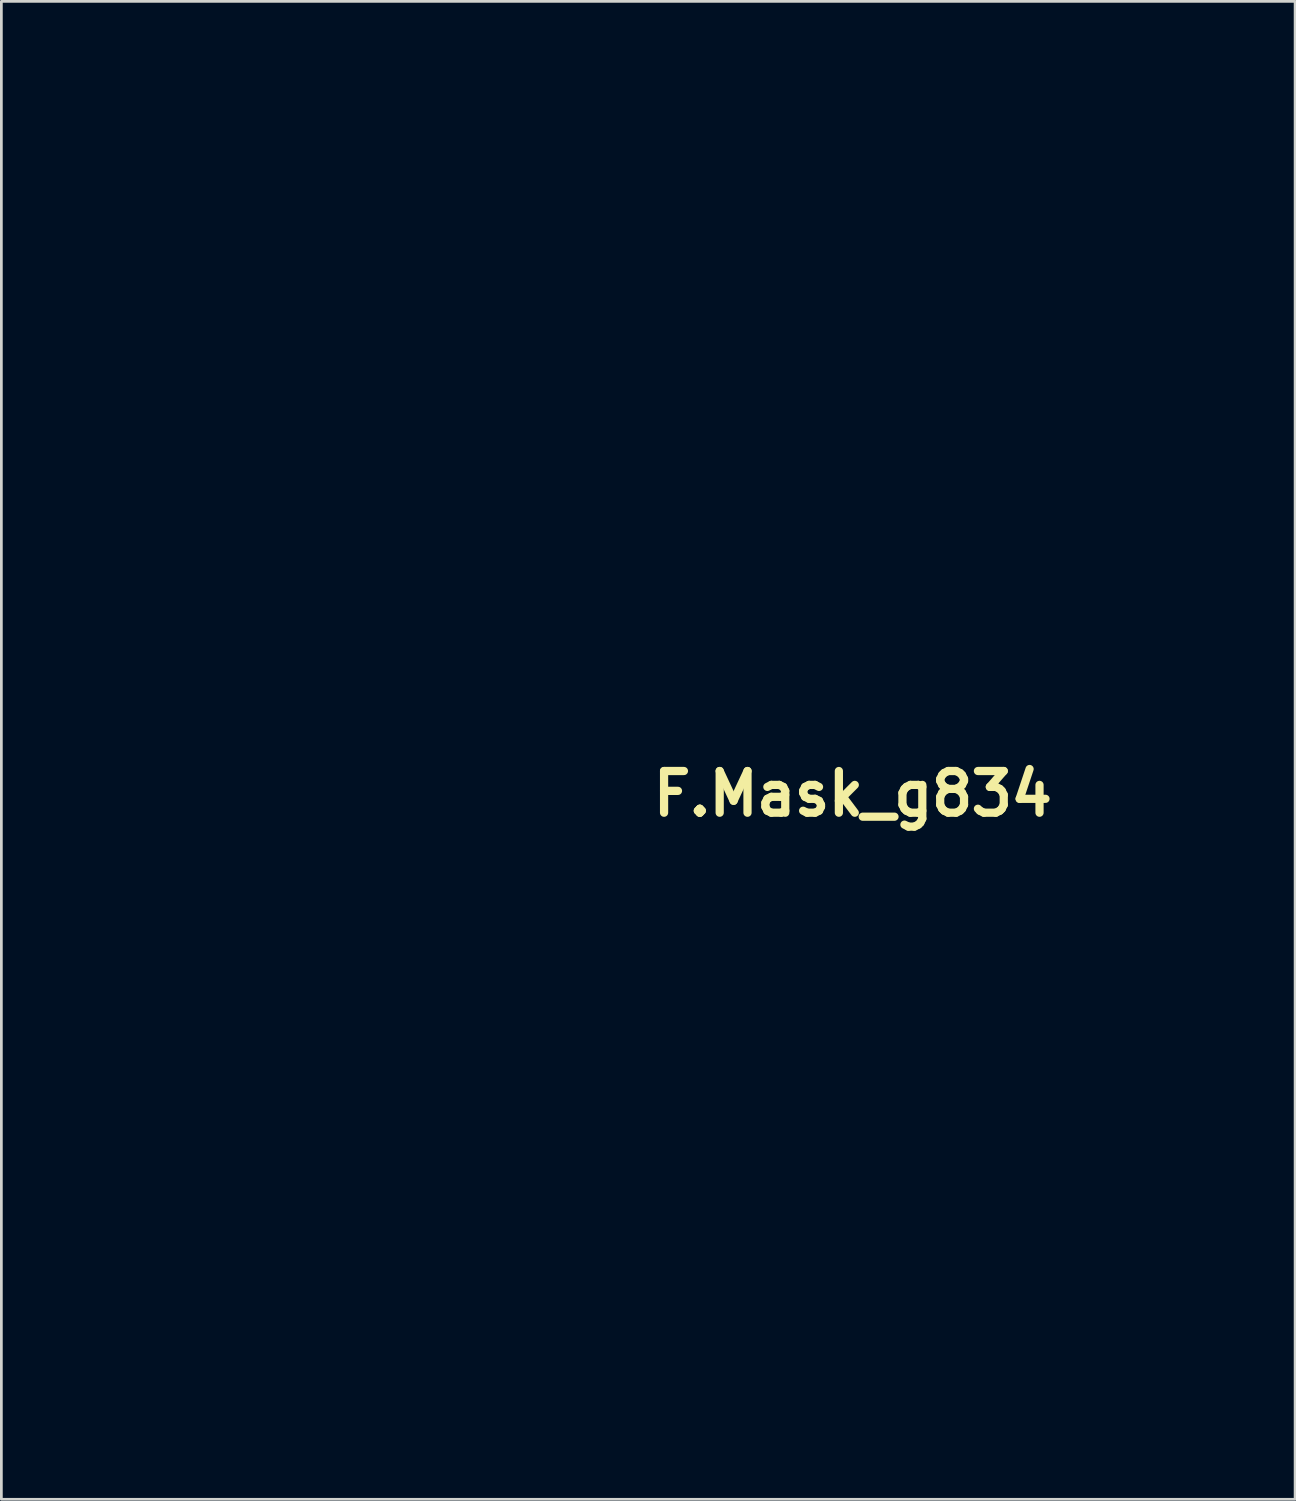
<source format=kicad_pcb>
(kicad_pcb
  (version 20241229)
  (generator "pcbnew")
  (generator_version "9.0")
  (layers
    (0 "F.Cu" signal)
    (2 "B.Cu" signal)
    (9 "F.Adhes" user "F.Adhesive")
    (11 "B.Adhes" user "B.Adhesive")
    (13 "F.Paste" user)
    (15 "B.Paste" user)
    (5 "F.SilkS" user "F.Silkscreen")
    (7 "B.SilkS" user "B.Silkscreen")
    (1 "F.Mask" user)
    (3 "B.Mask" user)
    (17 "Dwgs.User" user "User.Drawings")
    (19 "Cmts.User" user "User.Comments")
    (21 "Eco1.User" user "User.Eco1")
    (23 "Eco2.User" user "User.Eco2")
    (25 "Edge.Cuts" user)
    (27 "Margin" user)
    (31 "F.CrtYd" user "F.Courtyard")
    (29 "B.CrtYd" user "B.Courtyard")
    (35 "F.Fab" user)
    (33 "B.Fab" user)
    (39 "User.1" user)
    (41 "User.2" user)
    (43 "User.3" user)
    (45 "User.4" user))
  (footprint "F.Mask_g834"
    (layer "F.Cu")
    (at 28.104 25.951)
    (property "Reference" "F.Mask_g834" (at 0 0 0) (layer "F.SilkS") (effects (font (size 1.524 1.524) (thickness 0.3))))
    (attr through_hole)
    (fp_poly (pts (xy -17.107 6.261) (xy -18.91 6.261) (xy -18.91 2.743) (xy -17.107 2.743) (xy -17.107 6.261)) (stroke (width 0.01) (type solid)) (fill yes) (layer "F.Mask"))
    (fp_poly (pts (xy -12.065 -4.267) (xy -13.881 -4.267) (xy -13.875 -7.779) (xy -12.065 -7.785) (xy -12.065 -4.267)) (stroke (width 0.01) (type solid)) (fill yes) (layer "F.Mask"))
    (fp_poly (pts (xy -12.065 6.261) (xy -13.881 6.261) (xy -13.875 2.75) (xy -12.065 2.743) (xy -12.065 6.261)) (stroke (width 0.01) (type solid)) (fill yes) (layer "F.Mask"))
    (fp_poly (pts (xy -4.508 -4.267) (xy -6.325 -4.267) (xy -6.318 -7.779) (xy -4.508 -7.785) (xy -4.508 -4.267)) (stroke (width 0.01) (type solid)) (fill yes) (layer "F.Mask"))
    (fp_poly (pts (xy -14.586 -7.779) (xy -14.583 -6.023) (xy -14.58 -4.267) (xy -16.396 -4.267) (xy -16.396 -7.785) (xy -14.586 -7.779)) (stroke (width 0.01) (type solid)) (fill yes) (layer "F.Mask"))
    (fp_poly (pts (xy -14.586 2.75) (xy -14.583 4.505) (xy -14.58 6.261) (xy -16.396 6.261) (xy -16.396 2.743) (xy -14.586 2.75)) (stroke (width 0.01) (type solid)) (fill yes) (layer "F.Mask"))
    (fp_poly (pts (xy -7.029 -7.779) (xy -7.026 -6.023) (xy -7.023 -4.267) (xy -8.839 -4.267) (xy -8.839 -7.785) (xy -7.029 -7.779)) (stroke (width 0.01) (type solid)) (fill yes) (layer "F.Mask"))
    (fp_poly (pts (xy -1.363 -25.946) (xy -1.01 -25.946) (xy -0.681 -25.946) (xy -0.376 -25.946) (xy -0.092 -25.946) (xy 0.171 -25.946) (xy 0.413 -25.945) (xy 0.636 -25.945) (xy 0.84 -25.945) (xy 1.027 -25.945) (xy 1.196 -25.944) (xy 1.349 -25.944) (xy 1.487 -25.943) (xy 1.61 -25.943) (xy 1.72 -25.942) (xy 1.817 -25.941) (xy 1.902 -25.94) (xy 1.976 -25.939) (xy 2.04 -25.938) (xy 2.094 -25.937) (xy 2.14 -25.936) (xy 2.178 -25.935) (xy 2.209 -25.933) (xy 2.234 -25.932) (xy 2.254 -25.93) (xy 2.269 -25.928) (xy 2.281 -25.926) (xy 2.283 -25.926) (xy 2.433 -25.882) (xy 2.572 -25.817) (xy 2.7 -25.732) (xy 2.812 -25.629) (xy 2.908 -25.51) (xy 2.986 -25.378) (xy 3.043 -25.234) (xy 3.066 -25.143) (xy 3.067 -25.134) (xy 3.069 -25.122) (xy 3.07 -25.106) (xy 3.072 -25.086) (xy 3.073 -25.06) (xy 3.074 -25.028) (xy 3.075 -24.99) (xy 3.076 -24.945) (xy 3.077 -24.892) (xy 3.078 -24.831) (xy 3.079 -24.761) (xy 3.079 -24.681) (xy 3.08 -24.59) (xy 3.081 -24.489) (xy 3.081 -24.376) (xy 3.082 -24.251) (xy 3.083 -24.112) (xy 3.083 -23.96) (xy 3.083 -23.794) (xy 3.084 -23.613) (xy 3.084 -23.417) (xy 3.085 -23.204) (xy 3.085 -22.974) (xy 3.085 -22.727) (xy 3.085 -22.462) (xy 3.085 -22.178) (xy 3.086 -21.874) (xy 3.086 -21.55) (xy 3.086 -21.206) (xy 3.086 -20.84) (xy 3.086 -20.452) (xy 3.086 -20.042) (xy 3.086 -19.608) (xy 3.086 -19.15) (xy 3.086 -18.668) (xy 3.086 -18.58) (xy 3.086 -18.093) (xy 3.086 -17.631) (xy 3.086 -17.193) (xy 3.086 -16.779) (xy 3.086 -16.387) (xy 3.086 -16.017) (xy 3.086 -15.669) (xy 3.086 -15.342) (xy 3.085 -15.035) (xy 3.085 -14.747) (xy 3.085 -14.479) (xy 3.085 -14.228) (xy 3.085 -13.996) (xy 3.084 -13.78) (xy 3.084 -13.581) (xy 3.084 -13.397) (xy 3.083 -13.228) (xy 3.083 -13.074) (xy 3.082 -12.933) (xy 3.082 -12.805) (xy 3.081 -12.69) (xy 3.08 -12.587) (xy 3.08 -12.495) (xy 3.079 -12.413) (xy 3.078 -12.341) (xy 3.077 -12.278) (xy 3.076 -12.224) (xy 3.075 -12.177) (xy 3.074 -12.138) (xy 3.073 -12.105) (xy 3.072 -12.079) (xy 3.07 -12.057) (xy 3.069 -12.04) (xy 3.068 -12.028) (xy 3.066 -12.018) (xy 3.066 -12.017) (xy 3.023 -11.867) (xy 2.957 -11.728) (xy 2.872 -11.601) (xy 2.769 -11.488) (xy 2.65 -11.392) (xy 2.518 -11.314) (xy 2.374 -11.258) (xy 2.283 -11.234) (xy 2.272 -11.232) (xy 2.258 -11.231) (xy 2.239 -11.229) (xy 2.216 -11.227) (xy 2.187 -11.226) (xy 2.151 -11.225) (xy 2.107 -11.223) (xy 2.055 -11.222) (xy 1.994 -11.221) (xy 1.923 -11.22) (xy 1.841 -11.219) (xy 1.748 -11.219) (xy 1.642 -11.218) (xy 1.522 -11.217) (xy 1.388 -11.217) (xy 1.24 -11.216) (xy 1.075 -11.216) (xy 0.894 -11.216) (xy 0.695 -11.215) (xy 0.477 -11.215) (xy 0.24 -11.215) (xy -0.016 -11.215) (xy -0.294 -11.215) (xy -0.594 -11.215) (xy -0.916 -11.215) (xy -1.261 -11.215) (xy -1.631 -11.215) (xy -1.749 -11.215) (xy -2.128 -11.215) (xy -2.483 -11.215) (xy -2.814 -11.216) (xy -3.122 -11.216) (xy -3.408 -11.216) (xy -3.673 -11.216) (xy -3.917 -11.216) (xy -4.142 -11.217) (xy -4.347 -11.217) (xy -4.535 -11.218) (xy -4.706 -11.218) (xy -4.86 -11.219) (xy -4.999 -11.219) (xy -5.123 -11.22) (xy -5.234 -11.221) (xy -5.331 -11.221) (xy -5.416 -11.222) (xy -5.49 -11.223) (xy -5.553 -11.224) (xy -5.606 -11.225) (xy -5.651 -11.227) (xy -5.687 -11.228) (xy -5.716 -11.229) (xy -5.739 -11.231) (xy -5.756 -11.233) (xy -5.769 -11.235) (xy -5.772 -11.235) (xy -5.921 -11.28) (xy -6.059 -11.346) (xy -6.185 -11.433) (xy -6.297 -11.537) (xy -6.392 -11.657) (xy -6.469 -11.792) (xy -6.526 -11.938) (xy -6.541 -11.994) (xy -6.543 -12.002) (xy -6.545 -12.01) (xy -6.546 -12.02) (xy -6.548 -12.033) (xy -6.549 -12.047) (xy -6.551 -12.065) (xy -6.552 -12.087) (xy -6.553 -12.114) (xy -6.554 -12.146) (xy -6.556 -12.184) (xy -6.557 -12.228) (xy -6.557 -12.28) (xy -6.558 -12.34) (xy -6.559 -12.408) (xy -6.56 -12.485) (xy -6.561 -12.573) (xy -6.561 -12.671) (xy -6.562 -12.78) (xy -6.562 -12.901) (xy -6.563 -13.035) (xy -6.563 -13.182) (xy -6.564 -13.342) (xy -6.564 -13.518) (xy -6.564 -13.708) (xy -6.565 -13.914) (xy -6.565 -14.137) (xy -6.565 -14.377) (xy -6.565 -14.635) (xy -6.565 -14.911) (xy -6.565 -15.207) (xy -6.566 -15.522) (xy -6.566 -15.858) (xy -6.566 -16.214) (xy -6.566 -16.593) (xy -6.566 -16.994) (xy -6.566 -17.418) (xy -6.566 -17.866) (xy -6.566 -18.338) (xy -6.566 -18.58) (xy -6.566 -19.065) (xy -6.566 -19.524) (xy -6.566 -19.96) (xy -6.566 -20.372) (xy -6.566 -20.762) (xy -6.566 -21.129) (xy -6.566 -21.475) (xy -6.565 -21.801) (xy -6.565 -22.106) (xy -6.565 -22.391) (xy -6.565 -22.658) (xy -6.565 -22.907) (xy -6.565 -23.138) (xy -6.564 -23.352) (xy -6.564 -23.551) (xy -6.564 -23.733) (xy -6.563 -23.901) (xy -6.563 -24.055) (xy -6.563 -24.195) (xy -6.562 -24.322) (xy -6.562 -24.437) (xy -6.561 -24.54) (xy -6.56 -24.633) (xy -6.56 -24.715) (xy -6.559 -24.788) (xy -6.558 -24.852) (xy -6.557 -24.908) (xy -6.556 -24.956) (xy -6.555 -24.997) (xy -6.554 -25.031) (xy -6.553 -25.061) (xy -6.551 -25.085) (xy -6.55 -25.105) (xy -6.549 -25.121) (xy -6.547 -25.134) (xy -6.545 -25.145) (xy -6.544 -25.154) (xy -6.542 -25.163) (xy -6.541 -25.166) (xy -6.492 -25.317) (xy -6.422 -25.456) (xy -6.333 -25.582) (xy -6.227 -25.692) (xy -6.105 -25.785) (xy -5.97 -25.859) (xy -5.824 -25.912) (xy -5.763 -25.926) (xy -5.752 -25.928) (xy -5.738 -25.93) (xy -5.719 -25.931) (xy -5.695 -25.933) (xy -5.666 -25.934) (xy -5.629 -25.936) (xy -5.585 -25.937) (xy -5.533 -25.938) (xy -5.472 -25.939) (xy -5.4 -25.94) (xy -5.318 -25.941) (xy -5.223 -25.942) (xy -5.116 -25.942) (xy -4.996 -25.943) (xy -4.862 -25.944) (xy -4.712 -25.944) (xy -4.546 -25.945) (xy -4.364 -25.945) (xy -4.163 -25.945) (xy -3.945 -25.945) (xy -3.707 -25.946) (xy -3.449 -25.946) (xy -3.17 -25.946) (xy -2.869 -25.946) (xy -2.545 -25.946) (xy -2.198 -25.946) (xy -1.826 -25.946) (xy -1.74 -25.946) (xy -1.363 -25.946)) (stroke (width 0.01) (type solid)) (fill yes) (layer "F.Mask"))
    (fp_poly (pts (xy -1.836 11.005) (xy -1.713 11.007) (xy -1.601 11.01) (xy -1.505 11.014) (xy -1.429 11.02) (xy -1.422 11.021) (xy -1.034 11.073) (xy -0.663 11.144) (xy -0.306 11.233) (xy 0.04 11.341) (xy 0.375 11.469) (xy 0.703 11.618) (xy 1.025 11.788) (xy 1.168 11.872) (xy 1.457 12.055) (xy 1.728 12.249) (xy 1.987 12.459) (xy 2.24 12.687) (xy 2.329 12.774) (xy 2.58 13.034) (xy 2.81 13.299) (xy 3.021 13.573) (xy 3.216 13.859) (xy 3.398 14.161) (xy 3.57 14.483) (xy 3.581 14.505) (xy 3.752 14.875) (xy 3.898 15.252) (xy 4.022 15.636) (xy 4.121 16.024) (xy 4.196 16.416) (xy 4.247 16.812) (xy 4.275 17.209) (xy 4.278 17.606) (xy 4.257 18.003) (xy 4.213 18.398) (xy 4.144 18.79) (xy 4.05 19.179) (xy 3.933 19.562) (xy 3.815 19.88) (xy 3.788 19.947) (xy 3.764 20.005) (xy 3.745 20.051) (xy 3.733 20.08) (xy 3.728 20.088) (xy 3.715 20.086) (xy 3.684 20.074) (xy 3.64 20.057) (xy 3.603 20.041) (xy 3.483 19.988) (xy 3.544 19.844) (xy 3.665 19.53) (xy 3.771 19.198) (xy 3.859 18.851) (xy 3.93 18.491) (xy 3.983 18.121) (xy 3.984 18.117) (xy 3.992 18.028) (xy 3.998 17.92) (xy 4.003 17.795) (xy 4.006 17.659) (xy 4.007 17.517) (xy 4.007 17.373) (xy 4.005 17.232) (xy 4.002 17.099) (xy 3.996 16.978) (xy 3.99 16.874) (xy 3.984 16.817) (xy 3.925 16.404) (xy 3.842 16.002) (xy 3.737 15.61) (xy 3.609 15.228) (xy 3.457 14.858) (xy 3.283 14.498) (xy 3.086 14.149) (xy 2.932 13.909) (xy 2.707 13.594) (xy 2.463 13.297) (xy 2.202 13.017) (xy 1.925 12.755) (xy 1.633 12.512) (xy 1.327 12.288) (xy 1.008 12.085) (xy 0.677 11.903) (xy 0.335 11.742) (xy -0.017 11.603) (xy -0.378 11.488) (xy -0.747 11.396) (xy -0.826 11.38) (xy -1.209 11.316) (xy -1.595 11.277) (xy -1.981 11.263) (xy -2.367 11.273) (xy -2.75 11.309) (xy -2.762 11.31) (xy -3.145 11.372) (xy -3.524 11.459) (xy -3.897 11.569) (xy -4.262 11.703) (xy -4.618 11.86) (xy -4.964 12.04) (xy -5.297 12.241) (xy -5.314 12.252) (xy -5.62 12.467) (xy -5.913 12.703) (xy -6.191 12.958) (xy -6.452 13.231) (xy -6.694 13.52) (xy -6.811 13.676) (xy -6.986 13.932) (xy -7.15 14.206) (xy -7.302 14.493) (xy -7.437 14.786) (xy -7.553 15.08) (xy -7.597 15.208) (xy -7.698 15.555) (xy -7.777 15.911) (xy -7.832 16.274) (xy -7.864 16.641) (xy -7.873 17.009) (xy -7.859 17.377) (xy -7.82 17.741) (xy -7.804 17.851) (xy -7.731 18.226) (xy -7.634 18.594) (xy -7.514 18.952) (xy -7.369 19.301) (xy -7.202 19.641) (xy -7.011 19.971) (xy -6.798 20.29) (xy -6.611 20.536) (xy -6.546 20.614) (xy -6.465 20.704) (xy -6.373 20.803) (xy -6.272 20.906) (xy -6.169 21.009) (xy -6.065 21.109) (xy -5.966 21.201) (xy -5.876 21.281) (xy -5.804 21.341) (xy -5.613 21.486) (xy -5.409 21.627) (xy -5.198 21.76) (xy -4.99 21.88) (xy -4.863 21.946) (xy -4.536 22.096) (xy -4.201 22.223) (xy -3.86 22.326) (xy -3.514 22.405) (xy -3.165 22.46) (xy -2.813 22.493) (xy -2.46 22.502) (xy -2.107 22.487) (xy -1.756 22.45) (xy -1.407 22.389) (xy -1.063 22.306) (xy -0.723 22.199) (xy -0.39 22.07) (xy -0.065 21.918) (xy 0.251 21.744) (xy 0.517 21.575) (xy 0.701 21.444) (xy 0.875 21.307) (xy 1.045 21.16) (xy 1.218 20.995) (xy 1.258 20.956) (xy 1.465 20.738) (xy 1.651 20.52) (xy 1.819 20.297) (xy 1.973 20.065) (xy 2.115 19.817) (xy 2.197 19.659) (xy 2.344 19.338) (xy 2.467 19.01) (xy 2.565 18.675) (xy 2.639 18.333) (xy 2.689 17.987) (xy 2.714 17.637) (xy 2.714 17.284) (xy 2.689 16.929) (xy 2.667 16.751) (xy 2.607 16.407) (xy 2.523 16.069) (xy 2.417 15.741) (xy 2.29 15.421) (xy 2.142 15.113) (xy 1.973 14.816) (xy 1.786 14.533) (xy 1.579 14.264) (xy 1.356 14.011) (xy 1.115 13.774) (xy 0.858 13.556) (xy 0.585 13.356) (xy 0.393 13.233) (xy 0.105 13.071) (xy -0.189 12.932) (xy -0.49 12.815) (xy -0.801 12.72) (xy -1.124 12.645) (xy -1.461 12.589) (xy -1.511 12.583) (xy -1.586 12.576) (xy -1.681 12.571) (xy -1.791 12.568) (xy -1.912 12.566) (xy -2.038 12.566) (xy -2.163 12.568) (xy -2.284 12.572) (xy -2.395 12.577) (xy -2.491 12.583) (xy -2.559 12.59) (xy -2.91 12.647) (xy -3.25 12.727) (xy -3.579 12.829) (xy -3.897 12.953) (xy -4.202 13.099) (xy -4.495 13.267) (xy -4.774 13.455) (xy -5.039 13.665) (xy -5.289 13.895) (xy -5.361 13.967) (xy -5.584 14.215) (xy -5.785 14.477) (xy -5.965 14.75) (xy -6.122 15.036) (xy -6.257 15.334) (xy -6.369 15.643) (xy -6.458 15.964) (xy -6.525 16.296) (xy -6.549 16.453) (xy -6.557 16.533) (xy -6.563 16.633) (xy -6.568 16.747) (xy -6.571 16.869) (xy -6.572 16.995) (xy -6.571 17.118) (xy -6.568 17.232) (xy -6.563 17.333) (xy -6.556 17.414) (xy -6.555 17.418) (xy -6.504 17.755) (xy -6.43 18.082) (xy -6.334 18.398) (xy -6.217 18.703) (xy -6.079 18.995) (xy -5.921 19.274) (xy -5.744 19.539) (xy -5.547 19.788) (xy -5.331 20.022) (xy -5.096 20.238) (xy -4.844 20.437) (xy -4.816 20.458) (xy -4.55 20.633) (xy -4.275 20.784) (xy -3.99 20.913) (xy -3.698 21.019) (xy -3.4 21.101) (xy -3.097 21.159) (xy -2.79 21.194) (xy -2.48 21.205) (xy -2.169 21.192) (xy -1.859 21.155) (xy -1.549 21.093) (xy -1.242 21.007) (xy -1.067 20.946) (xy -0.781 20.827) (xy -0.509 20.687) (xy -0.25 20.528) (xy -0.006 20.351) (xy 0.222 20.156) (xy 0.434 19.945) (xy 0.628 19.719) (xy 0.802 19.479) (xy 0.957 19.227) (xy 1.092 18.963) (xy 1.204 18.688) (xy 1.293 18.403) (xy 1.303 18.365) (xy 1.367 18.067) (xy 1.406 17.767) (xy 1.42 17.466) (xy 1.41 17.166) (xy 1.376 16.869) (xy 1.318 16.576) (xy 1.236 16.288) (xy 1.132 16.007) (xy 1.004 15.734) (xy 0.853 15.47) (xy 0.681 15.217) (xy 0.66 15.189) (xy 0.479 14.971) (xy 0.28 14.769) (xy 0.064 14.585) (xy -0.166 14.418) (xy -0.409 14.271) (xy -0.663 14.145) (xy -0.926 14.04) (xy -1.195 13.959) (xy -1.403 13.913) (xy -1.689 13.873) (xy -1.975 13.857) (xy -2.259 13.866) (xy -2.54 13.897) (xy -2.817 13.952) (xy -3.087 14.029) (xy -3.35 14.127) (xy -3.603 14.248) (xy -3.845 14.389) (xy -4.074 14.551) (xy -4.289 14.732) (xy -4.381 14.821) (xy -4.57 15.027) (xy -4.737 15.247) (xy -4.884 15.48) (xy -5.009 15.725) (xy -5.111 15.98) (xy -5.19 16.244) (xy -5.246 16.515) (xy -5.251 16.549) (xy -5.277 16.813) (xy -5.278 17.08) (xy -5.257 17.347) (xy -5.212 17.611) (xy -5.145 17.871) (xy -5.056 18.123) (xy -4.946 18.366) (xy -4.815 18.598) (xy -4.665 18.815) (xy -4.658 18.823) (xy -4.486 19.027) (xy -4.297 19.211) (xy -4.094 19.376) (xy -3.878 19.52) (xy -3.65 19.643) (xy -3.412 19.744) (xy -3.164 19.822) (xy -2.908 19.876) (xy -2.863 19.883) (xy -2.759 19.895) (xy -2.64 19.902) (xy -2.511 19.905) (xy -2.381 19.904) (xy -2.258 19.898) (xy -2.148 19.889) (xy -2.102 19.883) (xy -1.84 19.831) (xy -1.589 19.757) (xy -1.35 19.662) (xy -1.124 19.546) (xy -0.912 19.41) (xy -0.715 19.254) (xy -0.558 19.104) (xy -0.394 18.917) (xy -0.253 18.72) (xy -0.134 18.511) (xy -0.036 18.29) (xy 0.041 18.056) (xy 0.097 17.806) (xy 0.097 17.805) (xy 0.109 17.719) (xy 0.116 17.614) (xy 0.12 17.497) (xy 0.119 17.375) (xy 0.115 17.256) (xy 0.107 17.145) (xy 0.095 17.049) (xy 0.091 17.031) (xy 0.036 16.791) (xy -0.041 16.562) (xy -0.138 16.346) (xy -0.254 16.143) (xy -0.388 15.955) (xy -0.54 15.784) (xy -0.708 15.63) (xy -0.891 15.495) (xy -1.09 15.379) (xy -1.114 15.367) (xy -1.323 15.278) (xy -1.538 15.212) (xy -1.757 15.17) (xy -1.978 15.153) (xy -2.199 15.159) (xy -2.419 15.189) (xy -2.634 15.242) (xy -2.845 15.318) (xy -3.048 15.418) (xy -3.185 15.502) (xy -3.308 15.595) (xy -3.431 15.708) (xy -3.549 15.835) (xy -3.656 15.97) (xy -3.748 16.108) (xy -3.821 16.244) (xy -3.897 16.439) (xy -3.95 16.638) (xy -3.979 16.841) (xy -3.984 17.044) (xy -3.966 17.245) (xy -3.925 17.444) (xy -3.861 17.636) (xy -3.774 17.82) (xy -3.705 17.935) (xy -3.646 18.015) (xy -3.574 18.101) (xy -3.493 18.187) (xy -3.409 18.266) (xy -3.329 18.333) (xy -3.277 18.37) (xy -3.107 18.466) (xy -2.932 18.539) (xy -2.752 18.588) (xy -2.569 18.612) (xy -2.385 18.613) (xy -2.203 18.59) (xy -2.023 18.543) (xy -1.849 18.472) (xy -1.748 18.418) (xy -1.665 18.362) (xy -1.578 18.29) (xy -1.493 18.208) (xy -1.415 18.121) (xy -1.35 18.035) (xy -1.317 17.983) (xy -1.252 17.851) (xy -1.207 17.723) (xy -1.181 17.59) (xy -1.172 17.474) (xy -1.17 17.386) (xy -1.172 17.314) (xy -1.179 17.25) (xy -1.187 17.208) (xy -1.228 17.059) (xy -1.287 16.923) (xy -1.362 16.802) (xy -1.45 16.696) (xy -1.551 16.607) (xy -1.662 16.535) (xy -1.781 16.482) (xy -1.906 16.45) (xy -2.036 16.438) (xy -2.167 16.449) (xy -2.299 16.482) (xy -2.384 16.518) (xy -2.486 16.579) (xy -2.571 16.658) (xy -2.639 16.75) (xy -2.686 16.853) (xy -2.704 16.924) (xy -2.71 17.013) (xy -2.698 17.101) (xy -2.671 17.184) (xy -2.629 17.256) (xy -2.576 17.315) (xy -2.513 17.353) (xy -2.508 17.355) (xy -2.453 17.369) (xy -2.406 17.363) (xy -2.359 17.335) (xy -2.35 17.328) (xy -2.326 17.31) (xy -2.312 17.304) (xy -2.311 17.306) (xy -2.305 17.3) (xy -2.291 17.276) (xy -2.27 17.237) (xy -2.253 17.205) (xy -2.229 17.158) (xy -2.208 17.121) (xy -2.193 17.099) (xy -2.189 17.094) (xy -2.167 17.103) (xy -2.138 17.127) (xy -2.109 17.157) (xy -2.085 17.189) (xy -2.078 17.2) (xy -2.059 17.269) (xy -2.062 17.339) (xy -2.084 17.408) (xy -2.124 17.473) (xy -2.178 17.531) (xy -2.245 17.578) (xy -2.321 17.612) (xy -2.403 17.63) (xy -2.438 17.631) (xy -2.546 17.619) (xy -2.647 17.583) (xy -2.738 17.524) (xy -2.82 17.441) (xy -2.839 17.416) (xy -2.901 17.318) (xy -2.941 17.213) (xy -2.964 17.095) (xy -2.969 17.037) (xy -2.965 16.9) (xy -2.94 16.773) (xy -2.892 16.656) (xy -2.82 16.545) (xy -2.737 16.451) (xy -2.684 16.4) (xy -2.638 16.362) (xy -2.59 16.33) (xy -2.532 16.299) (xy -2.501 16.284) (xy -2.383 16.233) (xy -2.273 16.199) (xy -2.161 16.181) (xy -2.037 16.176) (xy -2.026 16.176) (xy -1.866 16.19) (xy -1.714 16.226) (xy -1.571 16.285) (xy -1.437 16.363) (xy -1.315 16.46) (xy -1.206 16.573) (xy -1.111 16.701) (xy -1.032 16.842) (xy -0.97 16.995) (xy -0.928 17.159) (xy -0.905 17.33) (xy -0.902 17.429) (xy -0.915 17.613) (xy -0.952 17.79) (xy -1.011 17.96) (xy -1.092 18.121) (xy -1.193 18.27) (xy -1.312 18.408) (xy -1.45 18.531) (xy -1.603 18.638) (xy -1.773 18.728) (xy -1.938 18.794) (xy -2.135 18.847) (xy -2.333 18.875) (xy -2.532 18.879) (xy -2.728 18.861) (xy -2.921 18.82) (xy -3.108 18.756) (xy -3.287 18.672) (xy -3.457 18.567) (xy -3.615 18.442) (xy -3.759 18.298) (xy -3.883 18.143) (xy -4 17.956) (xy -4.096 17.758) (xy -4.168 17.552) (xy -4.218 17.34) (xy -4.245 17.123) (xy -4.248 16.905) (xy -4.228 16.686) (xy -4.183 16.469) (xy -4.137 16.32) (xy -4.052 16.114) (xy -3.947 15.922) (xy -3.823 15.743) (xy -3.681 15.58) (xy -3.524 15.432) (xy -3.354 15.3) (xy -3.17 15.185) (xy -2.976 15.088) (xy -2.773 15.009) (xy -2.562 14.949) (xy -2.346 14.909) (xy -2.125 14.889) (xy -1.901 14.891) (xy -1.676 14.914) (xy -1.452 14.96) (xy -1.23 15.029) (xy -1.219 15.033) (xy -0.995 15.13) (xy -0.785 15.248) (xy -0.588 15.385) (xy -0.407 15.542) (xy -0.242 15.716) (xy -0.093 15.906) (xy 0.038 16.111) (xy 0.15 16.33) (xy 0.242 16.562) (xy 0.313 16.805) (xy 0.363 17.056) (xy 0.373 17.147) (xy 0.381 17.255) (xy 0.385 17.373) (xy 0.385 17.493) (xy 0.382 17.608) (xy 0.376 17.71) (xy 0.37 17.767) (xy 0.322 18.025) (xy 0.251 18.275) (xy 0.155 18.515) (xy 0.134 18.562) (xy 0.008 18.798) (xy -0.137 19.017) (xy -0.301 19.219) (xy -0.483 19.404) (xy -0.683 19.571) (xy -0.902 19.721) (xy -1.139 19.853) (xy -1.143 19.855) (xy -1.383 19.963) (xy -1.624 20.048) (xy -1.868 20.11) (xy -2.121 20.15) (xy -2.304 20.166) (xy -2.577 20.171) (xy -2.846 20.15) (xy -3.11 20.106) (xy -3.367 20.039) (xy -3.616 19.949) (xy -3.856 19.837) (xy -4.085 19.705) (xy -4.303 19.551) (xy -4.508 19.378) (xy -4.699 19.186) (xy -4.874 18.976) (xy -5.032 18.747) (xy -5.091 18.65) (xy -5.225 18.398) (xy -5.335 18.137) (xy -5.422 17.869) (xy -5.486 17.596) (xy -5.526 17.319) (xy -5.543 17.041) (xy -5.537 16.762) (xy -5.508 16.484) (xy -5.455 16.21) (xy -5.378 15.94) (xy -5.279 15.677) (xy -5.16 15.431) (xy -5.056 15.248) (xy -4.945 15.08) (xy -4.824 14.92) (xy -4.687 14.762) (xy -4.566 14.636) (xy -4.346 14.433) (xy -4.112 14.251) (xy -3.864 14.091) (xy -3.602 13.951) (xy -3.328 13.834) (xy -3.043 13.738) (xy -2.745 13.664) (xy -2.437 13.613) (xy -2.432 13.613) (xy -2.365 13.607) (xy -2.278 13.602) (xy -2.177 13.599) (xy -2.069 13.597) (xy -1.958 13.597) (xy -1.85 13.599) (xy -1.751 13.602) (xy -1.666 13.607) (xy -1.607 13.612) (xy -1.303 13.663) (xy -1.007 13.738) (xy -0.72 13.836) (xy -0.443 13.956) (xy -0.177 14.097) (xy 0.076 14.26) (xy 0.241 14.385) (xy 0.316 14.447) (xy 0.4 14.524) (xy 0.49 14.609) (xy 0.58 14.697) (xy 0.663 14.784) (xy 0.735 14.862) (xy 0.76 14.892) (xy 0.951 15.139) (xy 1.121 15.399) (xy 1.268 15.669) (xy 1.394 15.949) (xy 1.497 16.236) (xy 1.578 16.53) (xy 1.637 16.828) (xy 1.672 17.13) (xy 1.685 17.435) (xy 1.674 17.739) (xy 1.639 18.043) (xy 1.581 18.344) (xy 1.498 18.641) (xy 1.414 18.879) (xy 1.286 19.168) (xy 1.137 19.444) (xy 0.967 19.706) (xy 0.778 19.954) (xy 0.57 20.187) (xy 0.345 20.403) (xy 0.102 20.602) (xy -0.157 20.783) (xy -0.431 20.945) (xy -0.719 21.088) (xy -1.021 21.21) (xy -1.18 21.265) (xy -1.484 21.35) (xy -1.795 21.412) (xy -2.112 21.451) (xy -2.432 21.468) (xy -2.75 21.462) (xy -3.065 21.432) (xy -3.34 21.386) (xy -3.657 21.308) (xy -3.965 21.207) (xy -4.263 21.083) (xy -4.55 20.938) (xy -4.825 20.772) (xy -5.087 20.586) (xy -5.334 20.381) (xy -5.567 20.157) (xy -5.783 19.916) (xy -5.983 19.657) (xy -6.164 19.383) (xy -6.327 19.093) (xy -6.426 18.887) (xy -6.555 18.573) (xy -6.66 18.252) (xy -6.741 17.926) (xy -6.798 17.595) (xy -6.832 17.263) (xy -6.841 16.93) (xy -6.827 16.597) (xy -6.788 16.266) (xy -6.726 15.939) (xy -6.64 15.617) (xy -6.544 15.342) (xy -6.412 15.029) (xy -6.257 14.73) (xy -6.083 14.444) (xy -5.888 14.172) (xy -5.675 13.916) (xy -5.445 13.675) (xy -5.197 13.451) (xy -4.934 13.244) (xy -4.656 13.055) (xy -4.364 12.886) (xy -4.059 12.736) (xy -3.742 12.606) (xy -3.414 12.498) (xy -3.076 12.411) (xy -2.908 12.378) (xy -2.772 12.354) (xy -2.647 12.335) (xy -2.529 12.321) (xy -2.409 12.311) (xy -2.283 12.305) (xy -2.142 12.302) (xy -2.013 12.301) (xy -1.873 12.301) (xy -1.753 12.304) (xy -1.646 12.308) (xy -1.546 12.315) (xy -1.448 12.325) (xy -1.345 12.339) (xy -1.231 12.356) (xy -1.185 12.364) (xy -0.847 12.433) (xy -0.516 12.527) (xy -0.195 12.643) (xy 0.118 12.781) (xy 0.419 12.941) (xy 0.709 13.121) (xy 0.987 13.322) (xy 1.251 13.541) (xy 1.499 13.779) (xy 1.733 14.034) (xy 1.949 14.306) (xy 2.147 14.594) (xy 2.327 14.898) (xy 2.412 15.061) (xy 2.562 15.386) (xy 2.689 15.72) (xy 2.794 16.061) (xy 2.877 16.406) (xy 2.936 16.755) (xy 2.972 17.104) (xy 2.984 17.451) (xy 2.973 17.767) (xy 2.936 18.139) (xy 2.874 18.502) (xy 2.79 18.856) (xy 2.682 19.2) (xy 2.551 19.533) (xy 2.397 19.857) (xy 2.221 20.168) (xy 2.023 20.468) (xy 1.802 20.756) (xy 1.561 21.03) (xy 1.297 21.292) (xy 1.108 21.459) (xy 0.839 21.672) (xy 0.551 21.87) (xy 0.248 22.051) (xy -0.069 22.213) (xy -0.396 22.357) (xy -0.731 22.48) (xy -1.072 22.582) (xy -1.416 22.661) (xy -1.562 22.687) (xy -1.765 22.717) (xy -1.979 22.74) (xy -2.197 22.756) (xy -2.413 22.765) (xy -2.619 22.767) (xy -2.81 22.761) (xy -2.857 22.758) (xy -3.236 22.72) (xy -3.607 22.657) (xy -3.971 22.57) (xy -4.326 22.459) (xy -4.673 22.325) (xy -5.01 22.167) (xy -5.338 21.985) (xy -5.6 21.819) (xy -5.904 21.598) (xy -6.192 21.357) (xy -6.464 21.098) (xy -6.717 20.822) (xy -6.953 20.528) (xy -7.17 20.217) (xy -7.368 19.89) (xy -7.545 19.552) (xy -7.701 19.199) (xy -7.834 18.838) (xy -7.943 18.47) (xy -8.028 18.097) (xy -8.089 17.719) (xy -8.126 17.339) (xy -8.139 16.957) (xy -8.127 16.575) (xy -8.09 16.195) (xy -8.045 15.903) (xy -7.965 15.53) (xy -7.86 15.165) (xy -7.733 14.809) (xy -7.583 14.463) (xy -7.411 14.128) (xy -7.218 13.804) (xy -7.004 13.493) (xy -6.77 13.195) (xy -6.517 12.912) (xy -6.245 12.645) (xy -5.954 12.393) (xy -5.647 12.16) (xy -5.446 12.022) (xy -5.111 11.818) (xy -4.768 11.636) (xy -4.415 11.478) (xy -4.053 11.341) (xy -3.679 11.226) (xy -3.293 11.134) (xy -2.894 11.062) (xy -2.635 11.028) (xy -2.559 11.021) (xy -2.463 11.015) (xy -2.351 11.011) (xy -2.228 11.007) (xy -2.098 11.005) (xy -1.966 11.004) (xy -1.836 11.005)) (stroke (width 0.01) (type solid)) (fill yes) (layer "F.Mask"))
    (fp_poly (pts (xy -11.125 -19.094) (xy -11.066 -19.078) (xy -11.015 -19.063) (xy -10.97 -19.046) (xy -10.927 -19.027) (xy -10.885 -19.004) (xy -10.842 -18.974) (xy -10.794 -18.937) (xy -10.741 -18.89) (xy -10.678 -18.832) (xy -10.605 -18.762) (xy -10.518 -18.676) (xy -10.423 -18.582) (xy -10.339 -18.497) (xy -10.258 -18.416) (xy -10.185 -18.34) (xy -10.119 -18.272) (xy -10.064 -18.214) (xy -10.022 -18.168) (xy -9.995 -18.136) (xy -9.987 -18.126) (xy -9.97 -18.097) (xy -9.944 -18.047) (xy -9.91 -17.979) (xy -9.868 -17.893) (xy -9.82 -17.792) (xy -9.766 -17.678) (xy -9.707 -17.554) (xy -9.645 -17.421) (xy -9.581 -17.281) (xy -9.515 -17.136) (xy -9.479 -17.058) (xy -9.438 -16.962) (xy -9.392 -16.844) (xy -9.341 -16.707) (xy -9.286 -16.552) (xy -9.24 -16.416) (xy -9.202 -16.301) (xy -9.16 -16.182) (xy -9.118 -16.062) (xy -9.078 -15.947) (xy -9.04 -15.844) (xy -9.008 -15.757) (xy -8.994 -15.723) (xy -8.961 -15.637) (xy -8.929 -15.55) (xy -8.898 -15.468) (xy -8.873 -15.396) (xy -8.854 -15.342) (xy -8.852 -15.335) (xy -8.823 -15.238) (xy -8.792 -15.122) (xy -8.759 -14.993) (xy -8.727 -14.856) (xy -8.695 -14.716) (xy -8.667 -14.58) (xy -8.642 -14.453) (xy -8.622 -14.34) (xy -8.611 -14.262) (xy -8.609 -14.235) (xy -8.607 -14.187) (xy -8.605 -14.117) (xy -8.603 -14.024) (xy -8.602 -13.909) (xy -8.6 -13.772) (xy -8.599 -13.611) (xy -8.597 -13.427) (xy -8.596 -13.219) (xy -8.595 -12.987) (xy -8.594 -12.731) (xy -8.593 -12.45) (xy -8.592 -12.144) (xy -8.591 -11.855) (xy -8.59 -11.613) (xy -8.59 -11.377) (xy -8.589 -11.147) (xy -8.588 -10.926) (xy -8.588 -10.714) (xy -8.587 -10.514) (xy -8.587 -10.325) (xy -8.586 -10.151) (xy -8.586 -9.991) (xy -8.585 -9.848) (xy -8.585 -9.723) (xy -8.584 -9.617) (xy -8.584 -9.532) (xy -8.584 -9.468) (xy -8.583 -9.428) (xy -8.583 -9.417) (xy -8.584 -9.349) (xy -8.587 -9.297) (xy -8.594 -9.252) (xy -8.606 -9.206) (xy -8.615 -9.179) (xy -8.644 -9.103) (xy -8.679 -9.022) (xy -8.724 -8.932) (xy -8.781 -8.828) (xy -8.814 -8.769) (xy -8.838 -8.726) (xy -8.871 -8.663) (xy -8.912 -8.586) (xy -8.957 -8.499) (xy -9.005 -8.404) (xy -9.054 -8.308) (xy -9.072 -8.272) (xy -9.126 -8.166) (xy -9.184 -8.054) (xy -9.243 -7.941) (xy -9.301 -7.832) (xy -9.355 -7.734) (xy -9.4 -7.653) (xy -9.404 -7.647) (xy -9.55 -7.392) (xy -9.55 -4.267) (xy -10.788 -4.261) (xy -10.809 -4.108) (xy -10.821 -4.031) (xy -10.836 -3.949) (xy -10.853 -3.861) (xy -10.874 -3.763) (xy -10.9 -3.653) (xy -10.93 -3.528) (xy -10.967 -3.384) (xy -11.009 -3.22) (xy -11.024 -3.164) (xy -11.053 -3.053) (xy -11.081 -2.941) (xy -11.108 -2.832) (xy -11.133 -2.732) (xy -11.153 -2.644) (xy -11.169 -2.574) (xy -11.176 -2.542) (xy -11.186 -2.494) (xy -11.194 -2.45) (xy -11.203 -2.409) (xy -11.21 -2.369) (xy -11.217 -2.329) (xy -11.222 -2.289) (xy -11.228 -2.246) (xy -11.232 -2.199) (xy -11.237 -2.148) (xy -11.24 -2.091) (xy -11.243 -2.026) (xy -11.246 -1.953) (xy -11.248 -1.87) (xy -11.25 -1.775) (xy -11.252 -1.669) (xy -11.253 -1.548) (xy -11.254 -1.413) (xy -11.255 -1.262) (xy -11.256 -1.093) (xy -11.256 -0.906) (xy -11.257 -0.699) (xy -11.257 -0.47) (xy -11.257 -0.219) (xy -11.257 0.055) (xy -11.258 0.159) (xy -11.258 0.396) (xy -11.258 0.628) (xy -11.259 0.854) (xy -11.26 1.072) (xy -11.26 1.281) (xy -11.261 1.479) (xy -11.262 1.665) (xy -11.263 1.838) (xy -11.264 1.995) (xy -11.265 2.136) (xy -11.266 2.259) (xy -11.267 2.362) (xy -11.268 2.445) (xy -11.269 2.505) (xy -11.271 2.541) (xy -11.271 2.543) (xy -11.281 2.743) (xy -9.551 2.743) (xy -9.547 4.175) (xy -9.544 5.607) (xy -9.5 5.629) (xy -9.425 5.661) (xy -9.351 5.684) (xy -9.271 5.699) (xy -9.181 5.705) (xy -9.075 5.704) (xy -8.963 5.697) (xy -8.839 5.687) (xy -8.839 2.743) (xy -7.029 2.75) (xy -7.023 5.706) (xy -6.975 5.698) (xy -6.96 5.695) (xy -6.943 5.69) (xy -6.921 5.682) (xy -6.891 5.669) (xy -6.853 5.65) (xy -6.802 5.625) (xy -6.737 5.592) (xy -6.655 5.55) (xy -6.554 5.498) (xy -6.509 5.474) (xy -6.331 5.382) (xy -6.318 2.75) (xy -4.508 2.743) (xy -4.508 4.306) (xy -4.42 4.261) (xy -4.376 4.236) (xy -4.318 4.197) (xy -4.245 4.144) (xy -4.157 4.076) (xy -4.053 3.993) (xy -3.931 3.893) (xy -3.896 3.864) (xy -3.797 3.782) (xy -3.797 2.743) (xy -2.273 2.743) (xy -2.105 2.64) (xy -2.023 2.589) (xy -1.938 2.535) (xy -1.85 2.476) (xy -1.754 2.412) (xy -1.649 2.339) (xy -1.532 2.256) (xy -1.401 2.163) (xy -1.253 2.056) (xy -1.193 2.012) (xy -1.063 1.918) (xy -0.949 1.836) (xy -0.85 1.765) (xy -0.763 1.703) (xy -0.684 1.648) (xy -0.611 1.599) (xy -0.54 1.552) (xy -0.469 1.506) (xy -0.395 1.459) (xy -0.314 1.408) (xy -0.286 1.391) (xy -0.134 1.295) (xy -0.002 1.211) (xy 0.109 1.135) (xy 0.204 1.067) (xy 0.275 1.013) (xy 0.328 0.966) (xy 0.394 0.9) (xy 0.471 0.817) (xy 0.559 0.719) (xy 0.655 0.607) (xy 0.757 0.483) (xy 0.865 0.349) (xy 0.97 0.216) (xy 1.057 0.102) (xy 1.13 0.005) (xy 1.19 -0.079) (xy 1.238 -0.154) (xy 1.277 -0.222) (xy 1.308 -0.287) (xy 1.333 -0.351) (xy 1.355 -0.418) (xy 1.374 -0.492) (xy 1.378 -0.508) (xy 1.389 -0.557) (xy 1.402 -0.61) (xy 1.418 -0.669) (xy 1.436 -0.737) (xy 1.459 -0.818) (xy 1.486 -0.914) (xy 1.518 -1.028) (xy 1.557 -1.164) (xy 1.564 -1.186) (xy 1.586 -1.267) (xy 1.605 -1.343) (xy 1.621 -1.418) (xy 1.635 -1.501) (xy 1.649 -1.596) (xy 1.663 -1.708) (xy 1.672 -1.769) (xy 1.685 -1.85) (xy 1.701 -1.948) (xy 1.721 -2.059) (xy 1.742 -2.178) (xy 1.766 -2.302) (xy 1.79 -2.426) (xy 1.797 -2.464) (xy 1.822 -2.587) (xy 1.846 -2.712) (xy 1.87 -2.833) (xy 1.892 -2.947) (xy 1.911 -3.049) (xy 1.928 -3.135) (xy 1.941 -3.203) (xy 1.943 -3.218) (xy 1.978 -3.389) (xy 2.019 -3.566) (xy 2.069 -3.751) (xy 2.128 -3.947) (xy 2.197 -4.157) (xy 2.276 -4.385) (xy 2.348 -4.58) (xy 2.375 -4.654) (xy 2.399 -4.719) (xy 2.419 -4.773) (xy 2.432 -4.811) (xy 2.438 -4.829) (xy 2.438 -4.831) (xy 2.426 -4.832) (xy 2.389 -4.832) (xy 2.33 -4.833) (xy 2.249 -4.834) (xy 2.148 -4.835) (xy 2.028 -4.835) (xy 1.89 -4.836) (xy 1.735 -4.837) (xy 1.566 -4.837) (xy 1.383 -4.838) (xy 1.187 -4.838) (xy 0.98 -4.838) (xy 0.763 -4.838) (xy 0.538 -4.839) (xy 0.305 -4.839) (xy 0.222 -4.839) (xy -1.994 -4.839) (xy -1.994 -4.267) (xy -3.797 -4.267) (xy -3.797 -7.785) (xy -1.994 -7.785) (xy -1.994 -5.842) (xy 2.788 -5.842) (xy 2.831 -5.998) (xy 2.894 -6.208) (xy 2.97 -6.434) (xy 3.057 -6.67) (xy 3.154 -6.913) (xy 3.259 -7.157) (xy 3.328 -7.309) (xy 3.371 -7.403) (xy 3.417 -7.504) (xy 3.462 -7.605) (xy 3.504 -7.699) (xy 3.538 -7.779) (xy 3.545 -7.795) (xy 3.57 -7.855) (xy 3.594 -7.912) (xy 3.618 -7.971) (xy 3.643 -8.035) (xy 3.671 -8.106) (xy 3.702 -8.188) (xy 3.738 -8.283) (xy 3.78 -8.396) (xy 3.829 -8.53) (xy 3.838 -8.553) (xy 3.906 -8.721) (xy 3.986 -8.889) (xy 4.075 -9.051) (xy 4.17 -9.204) (xy 4.268 -9.342) (xy 4.367 -9.46) (xy 4.385 -9.479) (xy 4.42 -9.525) (xy 4.432 -9.564) (xy 4.441 -9.598) (xy 4.461 -9.633) (xy 4.463 -9.635) (xy 4.486 -9.658) (xy 4.513 -9.668) (xy 4.554 -9.671) (xy 4.557 -9.671) (xy 4.615 -9.663) (xy 4.656 -9.638) (xy 4.681 -9.595) (xy 4.684 -9.584) (xy 4.687 -9.573) (xy 4.692 -9.567) (xy 4.699 -9.567) (xy 4.712 -9.575) (xy 4.731 -9.593) (xy 4.759 -9.622) (xy 4.797 -9.664) (xy 4.848 -9.721) (xy 4.912 -9.794) (xy 4.951 -9.84) (xy 5.016 -9.913) (xy 5.075 -9.979) (xy 5.128 -10.037) (xy 5.171 -10.083) (xy 5.203 -10.116) (xy 5.221 -10.133) (xy 5.224 -10.135) (xy 5.241 -10.126) (xy 5.268 -10.104) (xy 5.289 -10.085) (xy 5.338 -10.034) (xy 5.181 -9.853) (xy 5.109 -9.77) (xy 5.035 -9.686) (xy 4.963 -9.604) (xy 4.894 -9.527) (xy 4.831 -9.456) (xy 4.776 -9.396) (xy 4.731 -9.348) (xy 4.7 -9.315) (xy 4.691 -9.307) (xy 4.656 -9.28) (xy 4.621 -9.26) (xy 4.618 -9.259) (xy 4.591 -9.252) (xy 4.57 -9.258) (xy 4.545 -9.279) (xy 4.521 -9.31) (xy 4.509 -9.34) (xy 4.508 -9.344) (xy 4.506 -9.355) (xy 4.497 -9.353) (xy 4.478 -9.335) (xy 4.448 -9.3) (xy 4.429 -9.275) (xy 4.378 -9.211) (xy 4.338 -9.159) (xy 4.306 -9.116) (xy 4.278 -9.073) (xy 4.248 -9.025) (xy 4.214 -8.966) (xy 4.204 -8.949) (xy 4.158 -8.866) (xy 4.115 -8.782) (xy 4.073 -8.692) (xy 4.031 -8.593) (xy 3.986 -8.479) (xy 3.936 -8.345) (xy 3.931 -8.331) (xy 3.87 -8.167) (xy 3.811 -8.013) (xy 3.751 -7.863) (xy 3.688 -7.712) (xy 3.62 -7.555) (xy 3.545 -7.388) (xy 3.461 -7.204) (xy 3.442 -7.163) (xy 3.365 -6.994) (xy 3.295 -6.83) (xy 3.23 -6.668) (xy 3.168 -6.502) (xy 3.108 -6.327) (xy 3.047 -6.138) (xy 2.984 -5.931) (xy 2.964 -5.864) (xy 2.964 -5.861) (xy 2.967 -5.859) (xy 2.973 -5.857) (xy 2.984 -5.855) (xy 3.001 -5.853) (xy 3.025 -5.851) (xy 3.057 -5.849) (xy 3.099 -5.848) (xy 3.15 -5.847) (xy 3.213 -5.846) (xy 3.288 -5.845) (xy 3.377 -5.844) (xy 3.481 -5.844) (xy 3.6 -5.843) (xy 3.737 -5.843) (xy 3.891 -5.843) (xy 4.064 -5.842) (xy 4.257 -5.842) (xy 4.472 -5.842) (xy 4.709 -5.842) (xy 4.969 -5.842) (xy 5.19 -5.842) (xy 7.423 -5.842) (xy 8.594 -7.014) (xy 9.764 -8.185) (xy 11.01 -10.678) (xy 11.128 -10.914) (xy 11.243 -11.144) (xy 11.355 -11.367) (xy 11.463 -11.582) (xy 11.566 -11.788) (xy 11.665 -11.984) (xy 11.757 -12.168) (xy 11.844 -12.34) (xy 11.924 -12.499) (xy 11.997 -12.644) (xy 12.063 -12.773) (xy 12.12 -12.886) (xy 12.169 -12.982) (xy 12.209 -13.059) (xy 12.239 -13.116) (xy 12.259 -13.154) (xy 12.268 -13.169) (xy 12.268 -13.17) (xy 12.282 -13.164) (xy 12.316 -13.149) (xy 12.368 -13.124) (xy 12.434 -13.092) (xy 12.513 -13.053) (xy 12.602 -13.009) (xy 12.699 -12.961) (xy 12.718 -12.952) (xy 13.155 -12.733) (xy 11.866 -10.154) (xy 10.577 -7.576) (xy 9.21 -6.207) (xy 7.842 -4.839) (xy 2.619 -4.839) (xy 2.521 -4.575) (xy 2.443 -4.363) (xy 2.375 -4.171) (xy 2.316 -3.995) (xy 2.264 -3.833) (xy 2.22 -3.681) (xy 2.181 -3.535) (xy 2.147 -3.393) (xy 2.116 -3.252) (xy 2.089 -3.107) (xy 2.083 -3.073) (xy 2.078 -3.043) (xy 2.068 -2.991) (xy 2.054 -2.921) (xy 2.037 -2.834) (xy 2.018 -2.736) (xy 1.997 -2.627) (xy 1.974 -2.512) (xy 1.962 -2.451) (xy 1.938 -2.326) (xy 1.913 -2.198) (xy 1.89 -2.072) (xy 1.869 -1.953) (xy 1.851 -1.844) (xy 1.836 -1.751) (xy 1.825 -1.677) (xy 1.823 -1.662) (xy 1.808 -1.551) (xy 1.794 -1.456) (xy 1.779 -1.372) (xy 1.761 -1.29) (xy 1.74 -1.205) (xy 1.714 -1.11) (xy 1.68 -0.999) (xy 1.676 -0.985) (xy 1.65 -0.894) (xy 1.621 -0.792) (xy 1.593 -0.688) (xy 1.569 -0.595) (xy 1.562 -0.566) (xy 1.535 -0.459) (xy 1.512 -0.373) (xy 1.491 -0.303) (xy 1.47 -0.244) (xy 1.447 -0.192) (xy 1.422 -0.142) (xy 1.417 -0.132) (xy 1.377 -0.066) (xy 1.323 0.016) (xy 1.255 0.111) (xy 1.177 0.217) (xy 1.09 0.33) (xy 0.997 0.448) (xy 0.9 0.569) (xy 0.8 0.689) (xy 0.701 0.805) (xy 0.603 0.916) (xy 0.581 0.941) (xy 0.496 1.029) (xy 0.402 1.115) (xy 0.296 1.201) (xy 0.175 1.289) (xy 0.036 1.383) (xy -0.097 1.467) (xy -0.281 1.582) (xy -0.463 1.701) (xy -0.647 1.825) (xy -0.839 1.959) (xy -1.044 2.107) (xy -1.048 2.109) (xy -1.183 2.208) (xy -1.3 2.292) (xy -1.401 2.365) (xy -1.49 2.429) (xy -1.568 2.484) (xy -1.639 2.533) (xy -1.704 2.577) (xy -1.766 2.619) (xy -1.828 2.66) (xy -1.828 2.66) (xy -1.994 2.768) (xy -1.994 6.261) (xy -3.797 6.261) (xy -3.804 4.002) (xy -4.017 4.175) (xy -4.131 4.263) (xy -4.229 4.335) (xy -4.316 4.391) (xy -4.367 4.42) (xy -4.502 4.492) (xy -4.505 5.377) (xy -4.509 6.261) (xy -6.325 6.261) (xy -6.325 5.56) (xy -6.474 5.64) (xy -6.583 5.698) (xy -6.673 5.745) (xy -6.746 5.782) (xy -6.805 5.81) (xy -6.853 5.831) (xy -6.893 5.845) (xy -6.927 5.855) (xy -6.944 5.858) (xy -7.023 5.873) (xy -7.023 6.261) (xy -8.839 6.261) (xy -8.839 5.86) (xy -9.103 5.861) (xy -9.191 5.861) (xy -9.259 5.86) (xy -9.31 5.859) (xy -9.348 5.856) (xy -9.378 5.851) (xy -9.405 5.844) (xy -9.432 5.835) (xy -9.453 5.826) (xy -9.496 5.809) (xy -9.529 5.797) (xy -9.545 5.791) (xy -9.546 5.791) (xy -9.547 5.803) (xy -9.548 5.837) (xy -9.549 5.888) (xy -9.55 5.952) (xy -9.55 6.026) (xy -9.55 6.261) (xy -11.354 6.261) (xy -11.354 3.531) (xy -11.393 3.28) (xy -11.407 3.194) (xy -11.417 3.123) (xy -11.424 3.06) (xy -11.428 3) (xy -11.431 2.934) (xy -11.432 2.858) (xy -11.432 2.764) (xy -11.432 2.737) (xy -11.432 2.693) (xy -11.432 2.625) (xy -11.432 2.534) (xy -11.431 2.423) (xy -11.431 2.292) (xy -11.431 2.144) (xy -11.43 1.979) (xy -11.43 1.799) (xy -11.429 1.607) (xy -11.429 1.402) (xy -11.428 1.187) (xy -11.428 0.964) (xy -11.427 0.733) (xy -11.426 0.497) (xy -11.426 0.256) (xy -11.426 0.216) (xy -11.425 -0.072) (xy -11.424 -0.335) (xy -11.424 -0.576) (xy -11.423 -0.795) (xy -11.422 -0.993) (xy -11.422 -1.173) (xy -11.421 -1.334) (xy -11.419 -1.479) (xy -11.418 -1.608) (xy -11.416 -1.724) (xy -11.414 -1.826) (xy -11.412 -1.917) (xy -11.409 -1.997) (xy -11.406 -2.068) (xy -11.403 -2.131) (xy -11.398 -2.187) (xy -11.394 -2.238) (xy -11.388 -2.285) (xy -11.382 -2.329) (xy -11.376 -2.371) (xy -11.368 -2.413) (xy -11.36 -2.456) (xy -11.351 -2.5) (xy -11.342 -2.548) (xy -11.334 -2.584) (xy -11.32 -2.651) (xy -11.3 -2.736) (xy -11.276 -2.837) (xy -11.249 -2.947) (xy -11.22 -3.062) (xy -11.191 -3.176) (xy -11.176 -3.232) (xy -11.129 -3.414) (xy -11.087 -3.583) (xy -11.05 -3.738) (xy -11.019 -3.877) (xy -10.994 -3.998) (xy -10.976 -4.099) (xy -10.965 -4.178) (xy -10.965 -4.181) (xy -10.957 -4.267) (xy -11.354 -4.267) (xy -11.354 -7.785) (xy -9.552 -7.785) (xy -9.548 -7.758) (xy -9.541 -7.756) (xy -9.523 -7.777) (xy -9.495 -7.82) (xy -9.457 -7.886) (xy -9.409 -7.975) (xy -9.351 -8.085) (xy -9.283 -8.218) (xy -9.206 -8.372) (xy -9.197 -8.388) (xy -9.15 -8.482) (xy -9.104 -8.573) (xy -9.061 -8.657) (xy -9.022 -8.732) (xy -8.989 -8.792) (xy -8.966 -8.835) (xy -8.961 -8.843) (xy -8.912 -8.929) (xy -8.865 -9.018) (xy -8.823 -9.103) (xy -8.79 -9.178) (xy -8.769 -9.233) (xy -8.756 -9.281) (xy -8.749 -9.335) (xy -8.747 -9.404) (xy -8.748 -9.43) (xy -8.748 -9.456) (xy -8.748 -9.506) (xy -8.749 -9.578) (xy -8.749 -9.672) (xy -8.75 -9.786) (xy -8.75 -9.919) (xy -8.751 -10.069) (xy -8.751 -10.235) (xy -8.752 -10.415) (xy -8.753 -10.608) (xy -8.753 -10.814) (xy -8.754 -11.029) (xy -8.754 -11.254) (xy -8.755 -11.487) (xy -8.756 -11.726) (xy -8.756 -11.861) (xy -8.757 -12.149) (xy -8.757 -12.412) (xy -8.758 -12.653) (xy -8.758 -12.871) (xy -8.759 -13.07) (xy -8.76 -13.249) (xy -8.761 -13.41) (xy -8.762 -13.554) (xy -8.763 -13.682) (xy -8.764 -13.796) (xy -8.766 -13.897) (xy -8.768 -13.987) (xy -8.77 -14.065) (xy -8.773 -14.134) (xy -8.776 -14.195) (xy -8.78 -14.248) (xy -8.784 -14.296) (xy -8.789 -14.34) (xy -8.795 -14.38) (xy -8.801 -14.418) (xy -8.807 -14.455) (xy -8.815 -14.492) (xy -8.823 -14.531) (xy -8.832 -14.573) (xy -8.842 -14.619) (xy -8.847 -14.643) (xy -8.885 -14.817) (xy -8.922 -14.972) (xy -8.96 -15.116) (xy -9.001 -15.254) (xy -9.048 -15.395) (xy -9.101 -15.544) (xy -9.164 -15.709) (xy -9.169 -15.723) (xy -9.198 -15.798) (xy -9.232 -15.891) (xy -9.27 -15.997) (xy -9.31 -16.11) (xy -9.349 -16.223) (xy -9.385 -16.332) (xy -9.388 -16.339) (xy -9.42 -16.437) (xy -9.452 -16.531) (xy -9.481 -16.617) (xy -9.507 -16.692) (xy -9.528 -16.752) (xy -9.543 -16.793) (xy -9.547 -16.802) (xy -9.56 -16.835) (xy -9.583 -16.886) (xy -9.614 -16.954) (xy -9.65 -17.036) (xy -9.692 -17.127) (xy -9.738 -17.227) (xy -9.786 -17.331) (xy -9.835 -17.437) (xy -9.884 -17.543) (xy -9.932 -17.644) (xy -9.976 -17.739) (xy -10.016 -17.824) (xy -10.051 -17.897) (xy -10.078 -17.954) (xy -10.098 -17.993) (xy -10.106 -18.009) (xy -10.124 -18.034) (xy -10.159 -18.074) (xy -10.207 -18.127) (xy -10.266 -18.189) (xy -10.334 -18.26) (xy -10.409 -18.335) (xy -10.487 -18.414) (xy -10.567 -18.493) (xy -10.646 -18.57) (xy -10.722 -18.643) (xy -10.792 -18.71) (xy -10.854 -18.767) (xy -10.905 -18.814) (xy -10.944 -18.846) (xy -10.967 -18.862) (xy -11.009 -18.882) (xy -11.066 -18.903) (xy -11.126 -18.924) (xy -11.145 -18.929) (xy -11.259 -18.963) (xy -13.849 -18.96) (xy -14.004 -18.928) (xy -14.105 -18.906) (xy -14.22 -18.878) (xy -14.344 -18.847) (xy -14.469 -18.813) (xy -14.588 -18.779) (xy -14.694 -18.746) (xy -14.773 -18.721) (xy -14.911 -18.67) (xy -15.032 -18.617) (xy -15.142 -18.558) (xy -15.244 -18.492) (xy -15.344 -18.415) (xy -15.445 -18.323) (xy -15.554 -18.213) (xy -15.593 -18.171) (xy -15.763 -17.981) (xy -15.919 -17.791) (xy -16.062 -17.604) (xy -16.189 -17.421) (xy -16.3 -17.242) (xy -16.394 -17.071) (xy -16.471 -16.908) (xy -16.528 -16.755) (xy -16.565 -16.614) (xy -16.575 -16.561) (xy -16.58 -16.515) (xy -16.583 -16.459) (xy -16.584 -16.391) (xy -16.584 -16.307) (xy -16.581 -16.203) (xy -16.579 -16.116) (xy -16.578 -16.078) (xy -16.577 -16.016) (xy -16.576 -15.93) (xy -16.575 -15.822) (xy -16.575 -15.693) (xy -16.574 -15.542) (xy -16.573 -15.373) (xy -16.572 -15.185) (xy -16.572 -14.979) (xy -16.571 -14.757) (xy -16.571 -14.519) (xy -16.57 -14.267) (xy -16.569 -14.001) (xy -16.569 -13.722) (xy -16.569 -13.432) (xy -16.568 -13.131) (xy -16.568 -12.821) (xy -16.568 -12.502) (xy -16.567 -12.175) (xy -16.567 -11.841) (xy -16.567 -11.502) (xy -16.567 -11.189) (xy -16.567 -10.781) (xy -16.567 -10.398) (xy -16.567 -10.039) (xy -16.567 -9.703) (xy -16.567 -9.389) (xy -16.567 -9.097) (xy -16.568 -8.824) (xy -16.568 -8.572) (xy -16.568 -8.338) (xy -16.568 -8.123) (xy -16.569 -7.925) (xy -16.569 -7.743) (xy -16.569 -7.577) (xy -16.57 -7.425) (xy -16.57 -7.288) (xy -16.571 -7.164) (xy -16.572 -7.052) (xy -16.572 -6.952) (xy -16.573 -6.863) (xy -16.574 -6.783) (xy -16.575 -6.713) (xy -16.576 -6.651) (xy -16.577 -6.596) (xy -16.579 -6.548) (xy -16.58 -6.506) (xy -16.581 -6.469) (xy -16.583 -6.436) (xy -16.585 -6.407) (xy -16.586 -6.38) (xy -16.588 -6.355) (xy -16.59 -6.337) (xy -16.598 -6.253) (xy -16.606 -6.172) (xy -16.614 -6.1) (xy -16.621 -6.042) (xy -16.627 -6.003) (xy -16.628 -6.001) (xy -16.631 -5.975) (xy -16.634 -5.932) (xy -16.637 -5.873) (xy -16.639 -5.795) (xy -16.641 -5.697) (xy -16.642 -5.578) (xy -16.643 -5.437) (xy -16.644 -5.273) (xy -16.644 -5.099) (xy -16.645 -4.911) (xy -16.645 -4.745) (xy -16.647 -4.599) (xy -16.648 -4.47) (xy -16.651 -4.355) (xy -16.654 -4.25) (xy -16.659 -4.154) (xy -16.664 -4.064) (xy -16.671 -3.976) (xy -16.68 -3.888) (xy -16.689 -3.796) (xy -16.701 -3.699) (xy -16.714 -3.594) (xy -16.763 -3.261) (xy -16.825 -2.949) (xy -16.899 -2.657) (xy -16.985 -2.386) (xy -17.083 -2.136) (xy -17.192 -1.908) (xy -17.313 -1.702) (xy -17.384 -1.6) (xy -17.462 -1.503) (xy -17.56 -1.399) (xy -17.673 -1.292) (xy -17.797 -1.186) (xy -17.927 -1.084) (xy -18.059 -0.989) (xy -18.19 -0.907) (xy -18.218 -0.89) (xy -18.251 -0.871) (xy -18.279 -0.855) (xy -18.305 -0.84) (xy -18.331 -0.828) (xy -18.358 -0.817) (xy -18.389 -0.808) (xy -18.424 -0.801) (xy -18.465 -0.795) (xy -18.515 -0.79) (xy -18.575 -0.787) (xy -18.646 -0.785) (xy -18.732 -0.783) (xy -18.832 -0.783) (xy -18.95 -0.783) (xy -19.086 -0.783) (xy -19.243 -0.784) (xy -19.422 -0.786) (xy -19.577 -0.787) (xy -20.67 -0.794) (xy -20.758 -0.838) (xy -20.803 -0.864) (xy -20.842 -0.89) (xy -20.865 -0.912) (xy -20.866 -0.914) (xy -20.871 -0.923) (xy -20.874 -0.937) (xy -20.877 -0.956) (xy -20.88 -0.984) (xy -20.881 -1.022) (xy -20.882 -1.072) (xy -20.882 -1.137) (xy -20.882 -1.218) (xy -20.881 -1.318) (xy -20.88 -1.439) (xy -20.879 -1.582) (xy -20.878 -1.632) (xy -20.876 -1.805) (xy -20.874 -1.956) (xy -20.871 -2.088) (xy -20.867 -2.204) (xy -20.862 -2.306) (xy -20.854 -2.397) (xy -20.843 -2.482) (xy -20.828 -2.562) (xy -20.809 -2.641) (xy -20.786 -2.721) (xy -20.756 -2.807) (xy -20.721 -2.9) (xy -20.679 -3.004) (xy -20.63 -3.121) (xy -20.573 -3.256) (xy -20.526 -3.365) (xy -20.476 -3.484) (xy -20.43 -3.6) (xy -20.387 -3.707) (xy -20.352 -3.803) (xy -20.323 -3.884) (xy -20.308 -3.931) (xy -20.251 -4.101) (xy -20.185 -4.256) (xy -20.105 -4.403) (xy -20.008 -4.549) (xy -19.916 -4.667) (xy -19.829 -4.775) (xy -19.756 -4.865) (xy -19.695 -4.941) (xy -19.646 -5.003) (xy -19.605 -5.055) (xy -19.572 -5.099) (xy -19.544 -5.137) (xy -19.52 -5.172) (xy -19.499 -5.206) (xy -19.479 -5.241) (xy -19.457 -5.28) (xy -19.433 -5.325) (xy -19.406 -5.374) (xy -19.354 -5.46) (xy -19.294 -5.544) (xy -19.227 -5.625) (xy -19.158 -5.699) (xy -19.09 -5.761) (xy -19.027 -5.809) (xy -18.97 -5.838) (xy -18.956 -5.843) (xy -18.91 -5.856) (xy -18.91 -7.785) (xy -18.646 -7.785) (xy -18.641 -8.798) (xy -18.636 -9.811) (xy -18.666 -9.9) (xy -18.683 -9.95) (xy -18.699 -9.995) (xy -18.71 -10.027) (xy -18.71 -10.027) (xy -18.715 -10.052) (xy -18.719 -10.097) (xy -18.722 -10.158) (xy -18.724 -10.228) (xy -18.725 -10.281) (xy -18.726 -10.361) (xy -18.727 -10.42) (xy -18.73 -10.463) (xy -18.734 -10.495) (xy -18.74 -10.519) (xy -18.75 -10.541) (xy -18.756 -10.554) (xy -18.779 -10.593) (xy -18.802 -10.627) (xy -18.81 -10.638) (xy -18.816 -10.643) (xy -18.823 -10.648) (xy -18.832 -10.652) (xy -18.848 -10.655) (xy -18.87 -10.658) (xy -18.901 -10.66) (xy -18.943 -10.661) (xy -18.999 -10.662) (xy -19.069 -10.662) (xy -19.157 -10.662) (xy -19.264 -10.662) (xy -19.391 -10.662) (xy -19.542 -10.661) (xy -19.581 -10.661) (xy -20.326 -10.657) (xy -20.434 -10.623) (xy -20.476 -10.61) (xy -20.515 -10.601) (xy -20.556 -10.594) (xy -20.606 -10.588) (xy -20.668 -10.584) (xy -20.748 -10.581) (xy -20.784 -10.579) (xy -20.877 -10.576) (xy -20.95 -10.571) (xy -21.009 -10.564) (xy -21.059 -10.553) (xy -21.106 -10.535) (xy -21.155 -10.51) (xy -21.212 -10.475) (xy -21.282 -10.429) (xy -21.298 -10.419) (xy -21.383 -10.364) (xy -21.451 -10.321) (xy -21.506 -10.29) (xy -21.551 -10.269) (xy -21.591 -10.255) (xy -21.628 -10.248) (xy -21.668 -10.246) (xy -21.688 -10.246) (xy -21.735 -10.247) (xy -21.764 -10.244) (xy -21.782 -10.236) (xy -21.796 -10.22) (xy -21.806 -10.205) (xy -21.833 -10.168) (xy -21.867 -10.133) (xy -21.901 -10.103) (xy -21.93 -10.086) (xy -21.94 -10.084) (xy -21.947 -10.08) (xy -21.952 -10.066) (xy -21.956 -10.039) (xy -21.958 -9.994) (xy -21.958 -9.929) (xy -21.958 -9.903) (xy -21.959 -9.827) (xy -21.961 -9.768) (xy -21.966 -9.717) (xy -21.975 -9.667) (xy -21.989 -9.609) (xy -22.003 -9.557) (xy -22.034 -9.421) (xy -22.06 -9.265) (xy -22.073 -9.163) (xy -22.087 -9.045) (xy -22.102 -8.946) (xy -22.119 -8.86) (xy -22.14 -8.78) (xy -22.166 -8.7) (xy -22.198 -8.614) (xy -22.22 -8.56) (xy -22.292 -8.38) (xy -22.352 -8.209) (xy -22.404 -8.038) (xy -22.451 -7.855) (xy -22.458 -7.823) (xy -22.488 -7.693) (xy -22.512 -7.584) (xy -22.529 -7.495) (xy -22.541 -7.423) (xy -22.548 -7.365) (xy -22.55 -7.319) (xy -22.548 -7.283) (xy -22.546 -7.265) (xy -22.546 -7.246) (xy -22.549 -7.224) (xy -22.554 -7.198) (xy -22.563 -7.165) (xy -22.577 -7.122) (xy -22.596 -7.069) (xy -22.621 -7.003) (xy -22.652 -6.921) (xy -22.692 -6.821) (xy -22.739 -6.702) (xy -22.783 -6.591) (xy -22.86 -6.403) (xy -22.931 -6.236) (xy -22.998 -6.088) (xy -23.064 -5.956) (xy -23.128 -5.837) (xy -23.194 -5.73) (xy -23.262 -5.63) (xy -23.335 -5.536) (xy -23.413 -5.444) (xy -23.498 -5.352) (xy -23.509 -5.34) (xy -23.571 -5.274) (xy -23.635 -5.202) (xy -23.696 -5.13) (xy -23.748 -5.064) (xy -23.769 -5.036) (xy -23.825 -4.963) (xy -23.893 -4.882) (xy -23.965 -4.803) (xy -24.011 -4.756) (xy -24.059 -4.708) (xy -24.1 -4.664) (xy -24.138 -4.62) (xy -24.175 -4.573) (xy -24.213 -4.52) (xy -24.254 -4.457) (xy -24.301 -4.381) (xy -24.357 -4.288) (xy -24.402 -4.21) (xy -24.454 -4.123) (xy -24.498 -4.052) (xy -24.538 -3.992) (xy -24.577 -3.937) (xy -24.622 -3.881) (xy -24.674 -3.818) (xy -24.724 -3.761) (xy -24.784 -3.69) (xy -24.832 -3.625) (xy -24.87 -3.561) (xy -24.903 -3.491) (xy -24.933 -3.41) (xy -24.963 -3.311) (xy -24.967 -3.295) (xy -24.993 -3.207) (xy -25.017 -3.134) (xy -25.042 -3.068) (xy -25.07 -3.003) (xy -25.105 -2.932) (xy -25.15 -2.848) (xy -25.165 -2.819) (xy -25.21 -2.735) (xy -25.244 -2.667) (xy -25.269 -2.609) (xy -25.288 -2.555) (xy -25.302 -2.5) (xy -25.315 -2.437) (xy -25.317 -2.427) (xy -25.337 -2.334) (xy -25.363 -2.262) (xy -25.398 -2.209) (xy -25.445 -2.169) (xy -25.506 -2.139) (xy -25.543 -2.127) (xy -25.573 -2.12) (xy -25.607 -2.115) (xy -25.649 -2.111) (xy -25.703 -2.11) (xy -25.774 -2.109) (xy -25.865 -2.11) (xy -25.886 -2.11) (xy -25.977 -2.112) (xy -26.047 -2.114) (xy -26.1 -2.117) (xy -26.138 -2.12) (xy -26.168 -2.125) (xy -26.191 -2.132) (xy -26.213 -2.141) (xy -26.213 -2.141) (xy -26.275 -2.176) (xy -26.33 -2.223) (xy -26.382 -2.284) (xy -26.431 -2.36) (xy -26.449 -2.388) (xy -26.468 -2.416) (xy -26.492 -2.446) (xy -26.521 -2.481) (xy -26.558 -2.522) (xy -26.604 -2.571) (xy -26.66 -2.63) (xy -26.73 -2.7) (xy -26.813 -2.784) (xy -26.913 -2.884) (xy -26.938 -2.908) (xy -27.05 -3.02) (xy -27.145 -3.117) (xy -27.226 -3.2) (xy -27.295 -3.271) (xy -27.352 -3.333) (xy -27.401 -3.387) (xy -27.442 -3.436) (xy -27.478 -3.481) (xy -27.496 -3.505) (xy -27.572 -3.6) (xy -27.663 -3.704) (xy -27.766 -3.813) (xy -27.814 -3.861) (xy -27.883 -3.93) (xy -27.936 -3.984) (xy -27.976 -4.028) (xy -28.006 -4.065) (xy -28.029 -4.098) (xy -28.047 -4.13) (xy -28.056 -4.146) (xy -28.099 -4.235) (xy -28.099 -5.899) (xy -28.062 -6.039) (xy -28.05 -6.082) (xy -28.042 -6.12) (xy -28.035 -6.158) (xy -28.03 -6.198) (xy -28.026 -6.246) (xy -28.022 -6.306) (xy -28.02 -6.38) (xy -28.017 -6.474) (xy -28.015 -6.528) (xy -28.012 -6.635) (xy -28.01 -6.721) (xy -28.006 -6.79) (xy -28.002 -6.847) (xy -27.997 -6.895) (xy -27.99 -6.94) (xy -27.982 -6.985) (xy -27.971 -7.036) (xy -27.971 -7.036) (xy -27.935 -7.195) (xy -27.93 -7.842) (xy -27.929 -7.99) (xy -27.929 -8.115) (xy -27.928 -8.22) (xy -27.929 -8.306) (xy -27.93 -8.377) (xy -27.931 -8.434) (xy -27.933 -8.481) (xy -27.936 -8.518) (xy -27.939 -8.55) (xy -27.944 -8.579) (xy -27.947 -8.599) (xy -27.959 -8.671) (xy -27.961 -8.724) (xy -27.953 -8.763) (xy -27.934 -8.794) (xy -27.927 -8.801) (xy -27.889 -8.823) (xy -27.843 -8.827) (xy -27.796 -8.815) (xy -27.767 -8.794) (xy -27.749 -8.774) (xy -27.74 -8.753) (xy -27.739 -8.724) (xy -27.742 -8.683) (xy -27.747 -8.613) (xy -27.752 -8.52) (xy -27.757 -8.41) (xy -27.762 -8.285) (xy -27.766 -8.15) (xy -27.769 -8.009) (xy -27.771 -7.864) (xy -27.773 -7.719) (xy -27.774 -7.606) (xy -27.774 -7.489) (xy -27.775 -7.395) (xy -27.776 -7.319) (xy -27.777 -7.257) (xy -27.78 -7.207) (xy -27.784 -7.165) (xy -27.788 -7.127) (xy -27.795 -7.089) (xy -27.803 -7.049) (xy -27.809 -7.022) (xy -27.819 -6.971) (xy -27.827 -6.924) (xy -27.834 -6.877) (xy -27.839 -6.825) (xy -27.843 -6.764) (xy -27.846 -6.689) (xy -27.849 -6.597) (xy -27.851 -6.515) (xy -27.854 -6.41) (xy -27.856 -6.327) (xy -27.859 -6.261) (xy -27.863 -6.209) (xy -27.867 -6.166) (xy -27.873 -6.128) (xy -27.88 -6.093) (xy -27.89 -6.054) (xy -27.896 -6.032) (xy -27.933 -5.899) (xy -27.941 -4.289) (xy -27.907 -4.218) (xy -27.889 -4.186) (xy -27.862 -4.149) (xy -27.824 -4.105) (xy -27.773 -4.051) (xy -27.707 -3.983) (xy -27.679 -3.956) (xy -27.57 -3.843) (xy -27.467 -3.73) (xy -27.378 -3.622) (xy -27.356 -3.594) (xy -27.319 -3.547) (xy -27.279 -3.498) (xy -27.234 -3.447) (xy -27.182 -3.389) (xy -27.121 -3.324) (xy -27.049 -3.25) (xy -26.963 -3.163) (xy -26.862 -3.062) (xy -26.791 -2.991) (xy -26.668 -2.869) (xy -26.564 -2.763) (xy -26.478 -2.674) (xy -26.41 -2.602) (xy -26.36 -2.547) (xy -26.329 -2.51) (xy -26.32 -2.496) (xy -26.281 -2.428) (xy -26.248 -2.376) (xy -26.215 -2.337) (xy -26.18 -2.31) (xy -26.138 -2.292) (xy -26.085 -2.281) (xy -26.017 -2.276) (xy -25.93 -2.274) (xy -25.865 -2.274) (xy -25.762 -2.274) (xy -25.681 -2.277) (xy -25.62 -2.282) (xy -25.575 -2.29) (xy -25.543 -2.301) (xy -25.522 -2.317) (xy -25.509 -2.336) (xy -25.499 -2.363) (xy -25.488 -2.407) (xy -25.477 -2.461) (xy -25.472 -2.485) (xy -25.462 -2.538) (xy -25.45 -2.587) (xy -25.433 -2.637) (xy -25.411 -2.693) (xy -25.381 -2.757) (xy -25.341 -2.836) (xy -25.291 -2.931) (xy -25.289 -2.935) (xy -25.253 -3.005) (xy -25.22 -3.077) (xy -25.191 -3.143) (xy -25.17 -3.196) (xy -25.166 -3.209) (xy -25.149 -3.263) (xy -25.128 -3.332) (xy -25.105 -3.405) (xy -25.09 -3.456) (xy -25.056 -3.553) (xy -25.015 -3.641) (xy -24.964 -3.724) (xy -24.899 -3.811) (xy -24.828 -3.893) (xy -24.785 -3.941) (xy -24.749 -3.983) (xy -24.717 -4.023) (xy -24.686 -4.065) (xy -24.653 -4.114) (xy -24.617 -4.173) (xy -24.572 -4.247) (xy -24.533 -4.312) (xy -24.47 -4.418) (xy -24.416 -4.506) (xy -24.369 -4.579) (xy -24.327 -4.641) (xy -24.287 -4.695) (xy -24.245 -4.746) (xy -24.201 -4.796) (xy -24.15 -4.85) (xy -24.13 -4.87) (xy -24.069 -4.935) (xy -24.005 -5.007) (xy -23.945 -5.08) (xy -23.894 -5.145) (xy -23.881 -5.163) (xy -23.825 -5.236) (xy -23.759 -5.314) (xy -23.693 -5.386) (xy -23.662 -5.417) (xy -23.58 -5.5) (xy -23.504 -5.586) (xy -23.429 -5.681) (xy -23.352 -5.791) (xy -23.318 -5.842) (xy -23.284 -5.895) (xy -23.252 -5.948) (xy -23.22 -6.005) (xy -23.187 -6.067) (xy -23.153 -6.137) (xy -23.117 -6.217) (xy -23.077 -6.308) (xy -23.033 -6.413) (xy -22.983 -6.534) (xy -22.927 -6.674) (xy -22.863 -6.834) (xy -22.821 -6.941) (xy -22.787 -7.027) (xy -22.761 -7.094) (xy -22.743 -7.146) (xy -22.73 -7.187) (xy -22.722 -7.222) (xy -22.717 -7.254) (xy -22.714 -7.287) (xy -22.713 -7.327) (xy -22.713 -7.328) (xy -22.71 -7.386) (xy -22.703 -7.451) (xy -22.691 -7.527) (xy -22.674 -7.615) (xy -22.651 -7.72) (xy -22.622 -7.842) (xy -22.587 -7.987) (xy -22.587 -7.988) (xy -22.559 -8.095) (xy -22.535 -8.185) (xy -22.511 -8.263) (xy -22.486 -8.337) (xy -22.457 -8.414) (xy -22.422 -8.5) (xy -22.397 -8.56) (xy -22.353 -8.669) (xy -22.318 -8.765) (xy -22.291 -8.854) (xy -22.271 -8.945) (xy -22.254 -9.045) (xy -22.239 -9.162) (xy -22.238 -9.17) (xy -22.227 -9.265) (xy -22.217 -9.34) (xy -22.208 -9.402) (xy -22.198 -9.457) (xy -22.186 -9.509) (xy -22.171 -9.566) (xy -22.153 -9.632) (xy -22.139 -9.682) (xy -22.13 -9.724) (xy -22.125 -9.766) (xy -22.123 -9.816) (xy -22.123 -9.88) (xy -22.124 -9.924) (xy -22.125 -9.993) (xy -22.126 -10.056) (xy -22.127 -10.108) (xy -22.128 -10.141) (xy -22.128 -10.146) (xy -22.116 -10.191) (xy -22.086 -10.226) (xy -22.042 -10.246) (xy -22.017 -10.249) (xy -21.99 -10.253) (xy -21.967 -10.267) (xy -21.941 -10.298) (xy -21.936 -10.305) (xy -21.898 -10.354) (xy -21.859 -10.385) (xy -21.814 -10.402) (xy -21.754 -10.409) (xy -21.73 -10.409) (xy -21.679 -10.412) (xy -21.634 -10.417) (xy -21.604 -10.423) (xy -21.603 -10.424) (xy -21.581 -10.435) (xy -21.543 -10.458) (xy -21.493 -10.489) (xy -21.437 -10.525) (xy -21.415 -10.539) (xy -21.32 -10.601) (xy -21.241 -10.649) (xy -21.171 -10.685) (xy -21.106 -10.711) (xy -21.041 -10.728) (xy -20.97 -10.738) (xy -20.889 -10.743) (xy -20.793 -10.744) (xy -20.793 -10.744) (xy -20.717 -10.745) (xy -20.659 -10.747) (xy -20.61 -10.752) (xy -20.564 -10.76) (xy -20.512 -10.773) (xy -20.476 -10.783) (xy -20.339 -10.822) (xy -19.59 -10.826) (xy -19.441 -10.827) (xy -19.302 -10.827) (xy -19.176 -10.827) (xy -19.064 -10.826) (xy -18.969 -10.825) (xy -18.892 -10.824) (xy -18.835 -10.822) (xy -18.801 -10.82) (xy -18.793 -10.818) (xy -18.737 -10.792) (xy -18.684 -10.742) (xy -18.633 -10.669) (xy -18.607 -10.618) (xy -18.561 -10.522) (xy -18.561 -10.3) (xy -18.56 -10.077) (xy -18.518 -9.976) (xy -18.475 -9.874) (xy -18.481 -7.785) (xy -17.107 -7.785) (xy -17.107 -4.267) (xy -18.91 -4.267) (xy -18.91 -5.691) (xy -18.952 -5.662) (xy -19.024 -5.602) (xy -19.1 -5.523) (xy -19.174 -5.43) (xy -19.243 -5.328) (xy -19.302 -5.223) (xy -19.304 -5.22) (xy -19.344 -5.146) (xy -19.396 -5.065) (xy -19.461 -4.973) (xy -19.54 -4.87) (xy -19.635 -4.752) (xy -19.671 -4.708) (xy -19.769 -4.59) (xy -19.851 -4.485) (xy -19.919 -4.39) (xy -19.976 -4.301) (xy -20.025 -4.215) (xy -20.066 -4.127) (xy -20.103 -4.033) (xy -20.138 -3.929) (xy -20.162 -3.849) (xy -20.18 -3.793) (xy -20.206 -3.718) (xy -20.24 -3.629) (xy -20.279 -3.531) (xy -20.321 -3.428) (xy -20.36 -3.335) (xy -20.426 -3.18) (xy -20.484 -3.045) (xy -20.533 -2.926) (xy -20.574 -2.819) (xy -20.609 -2.722) (xy -20.637 -2.632) (xy -20.66 -2.544) (xy -20.678 -2.457) (xy -20.691 -2.367) (xy -20.701 -2.271) (xy -20.707 -2.165) (xy -20.711 -2.047) (xy -20.713 -1.914) (xy -20.714 -1.761) (xy -20.714 -1.587) (xy -20.714 -1.567) (xy -20.714 -0.994) (xy -20.679 -0.98) (xy -20.643 -0.968) (xy -20.618 -0.96) (xy -20.601 -0.958) (xy -20.561 -0.957) (xy -20.5 -0.956) (xy -20.419 -0.955) (xy -20.32 -0.954) (xy -20.205 -0.953) (xy -20.077 -0.952) (xy -19.936 -0.952) (xy -19.786 -0.951) (xy -19.627 -0.95) (xy -19.531 -0.95) (xy -18.47 -0.948) (xy -18.384 -0.988) (xy -18.272 -1.048) (xy -18.151 -1.125) (xy -18.026 -1.215) (xy -17.901 -1.315) (xy -17.78 -1.421) (xy -17.668 -1.529) (xy -17.569 -1.637) (xy -17.487 -1.739) (xy -17.46 -1.778) (xy -17.343 -1.973) (xy -17.238 -2.188) (xy -17.145 -2.424) (xy -17.062 -2.682) (xy -16.991 -2.961) (xy -16.93 -3.263) (xy -16.881 -3.586) (xy -16.847 -3.88) (xy -16.838 -3.973) (xy -16.831 -4.063) (xy -16.825 -4.152) (xy -16.82 -4.242) (xy -16.815 -4.337) (xy -16.812 -4.44) (xy -16.81 -4.552) (xy -16.809 -4.676) (xy -16.809 -4.816) (xy -16.809 -4.974) (xy -16.81 -5.152) (xy -16.812 -5.3) (xy -16.813 -5.463) (xy -16.814 -5.603) (xy -16.815 -5.721) (xy -16.815 -5.82) (xy -16.815 -5.901) (xy -16.815 -5.966) (xy -16.814 -6.017) (xy -16.813 -6.056) (xy -16.811 -6.086) (xy -16.808 -6.107) (xy -16.805 -6.121) (xy -16.801 -6.132) (xy -16.796 -6.14) (xy -16.793 -6.145) (xy -16.785 -6.158) (xy -16.778 -6.175) (xy -16.772 -6.2) (xy -16.767 -6.236) (xy -16.762 -6.285) (xy -16.756 -6.352) (xy -16.75 -6.438) (xy -16.746 -6.509) (xy -16.744 -6.54) (xy -16.742 -6.572) (xy -16.74 -6.607) (xy -16.739 -6.644) (xy -16.737 -6.686) (xy -16.736 -6.732) (xy -16.735 -6.784) (xy -16.734 -6.843) (xy -16.733 -6.908) (xy -16.732 -6.982) (xy -16.731 -7.065) (xy -16.73 -7.157) (xy -16.73 -7.26) (xy -16.729 -7.374) (xy -16.729 -7.501) (xy -16.728 -7.64) (xy -16.728 -7.794) (xy -16.728 -7.962) (xy -16.728 -8.145) (xy -16.728 -8.345) (xy -16.728 -8.562) (xy -16.728 -8.797) (xy -16.728 -9.051) (xy -16.728 -9.324) (xy -16.729 -9.618) (xy -16.729 -9.933) (xy -16.729 -10.271) (xy -16.73 -10.631) (xy -16.731 -11.015) (xy -16.731 -11.417) (xy -16.732 -11.76) (xy -16.732 -12.097) (xy -16.733 -12.427) (xy -16.733 -12.751) (xy -16.734 -13.066) (xy -16.735 -13.372) (xy -16.735 -13.669) (xy -16.736 -13.954) (xy -16.737 -14.227) (xy -16.737 -14.487) (xy -16.738 -14.734) (xy -16.739 -14.965) (xy -16.74 -15.181) (xy -16.74 -15.379) (xy -16.741 -15.56) (xy -16.742 -15.723) (xy -16.742 -15.865) (xy -16.743 -15.987) (xy -16.744 -16.087) (xy -16.744 -16.165) (xy -16.745 -16.219) (xy -16.745 -16.247) (xy -16.747 -16.369) (xy -16.746 -16.47) (xy -16.74 -16.558) (xy -16.729 -16.638) (xy -16.712 -16.716) (xy -16.689 -16.797) (xy -16.681 -16.821) (xy -16.648 -16.91) (xy -16.603 -17.014) (xy -16.549 -17.127) (xy -16.488 -17.244) (xy -16.428 -17.349) (xy -16.345 -17.483) (xy -16.25 -17.623) (xy -16.146 -17.765) (xy -16.037 -17.907) (xy -15.923 -18.046) (xy -15.808 -18.18) (xy -15.694 -18.304) (xy -15.583 -18.417) (xy -15.477 -18.516) (xy -15.38 -18.598) (xy -15.306 -18.652) (xy -15.189 -18.721) (xy -15.047 -18.788) (xy -14.881 -18.854) (xy -14.69 -18.919) (xy -14.474 -18.982) (xy -14.319 -19.023) (xy -14.256 -19.039) (xy -14.2 -19.053) (xy -14.15 -19.066) (xy -14.103 -19.077) (xy -14.057 -19.086) (xy -14.012 -19.095) (xy -13.965 -19.102) (xy -13.914 -19.108) (xy -13.858 -19.112) (xy -13.795 -19.116) (xy -13.723 -19.119) (xy -13.641 -19.122) (xy -13.546 -19.123) (xy -13.436 -19.125) (xy -13.311 -19.125) (xy -13.168 -19.126) (xy -13.006 -19.126) (xy -12.822 -19.126) (xy -12.615 -19.126) (xy -12.546 -19.126) (xy -11.246 -19.127) (xy -11.125 -19.094)) (stroke (width 0.01) (type solid)) (fill yes) (layer "F.Mask")))
  (gr_rect
    (start -3 -3)
    (end 44.263 51.723)
    (stroke (width 0.1) (type default))
    (fill no)
    (layer "Edge.Cuts")))
</source>
